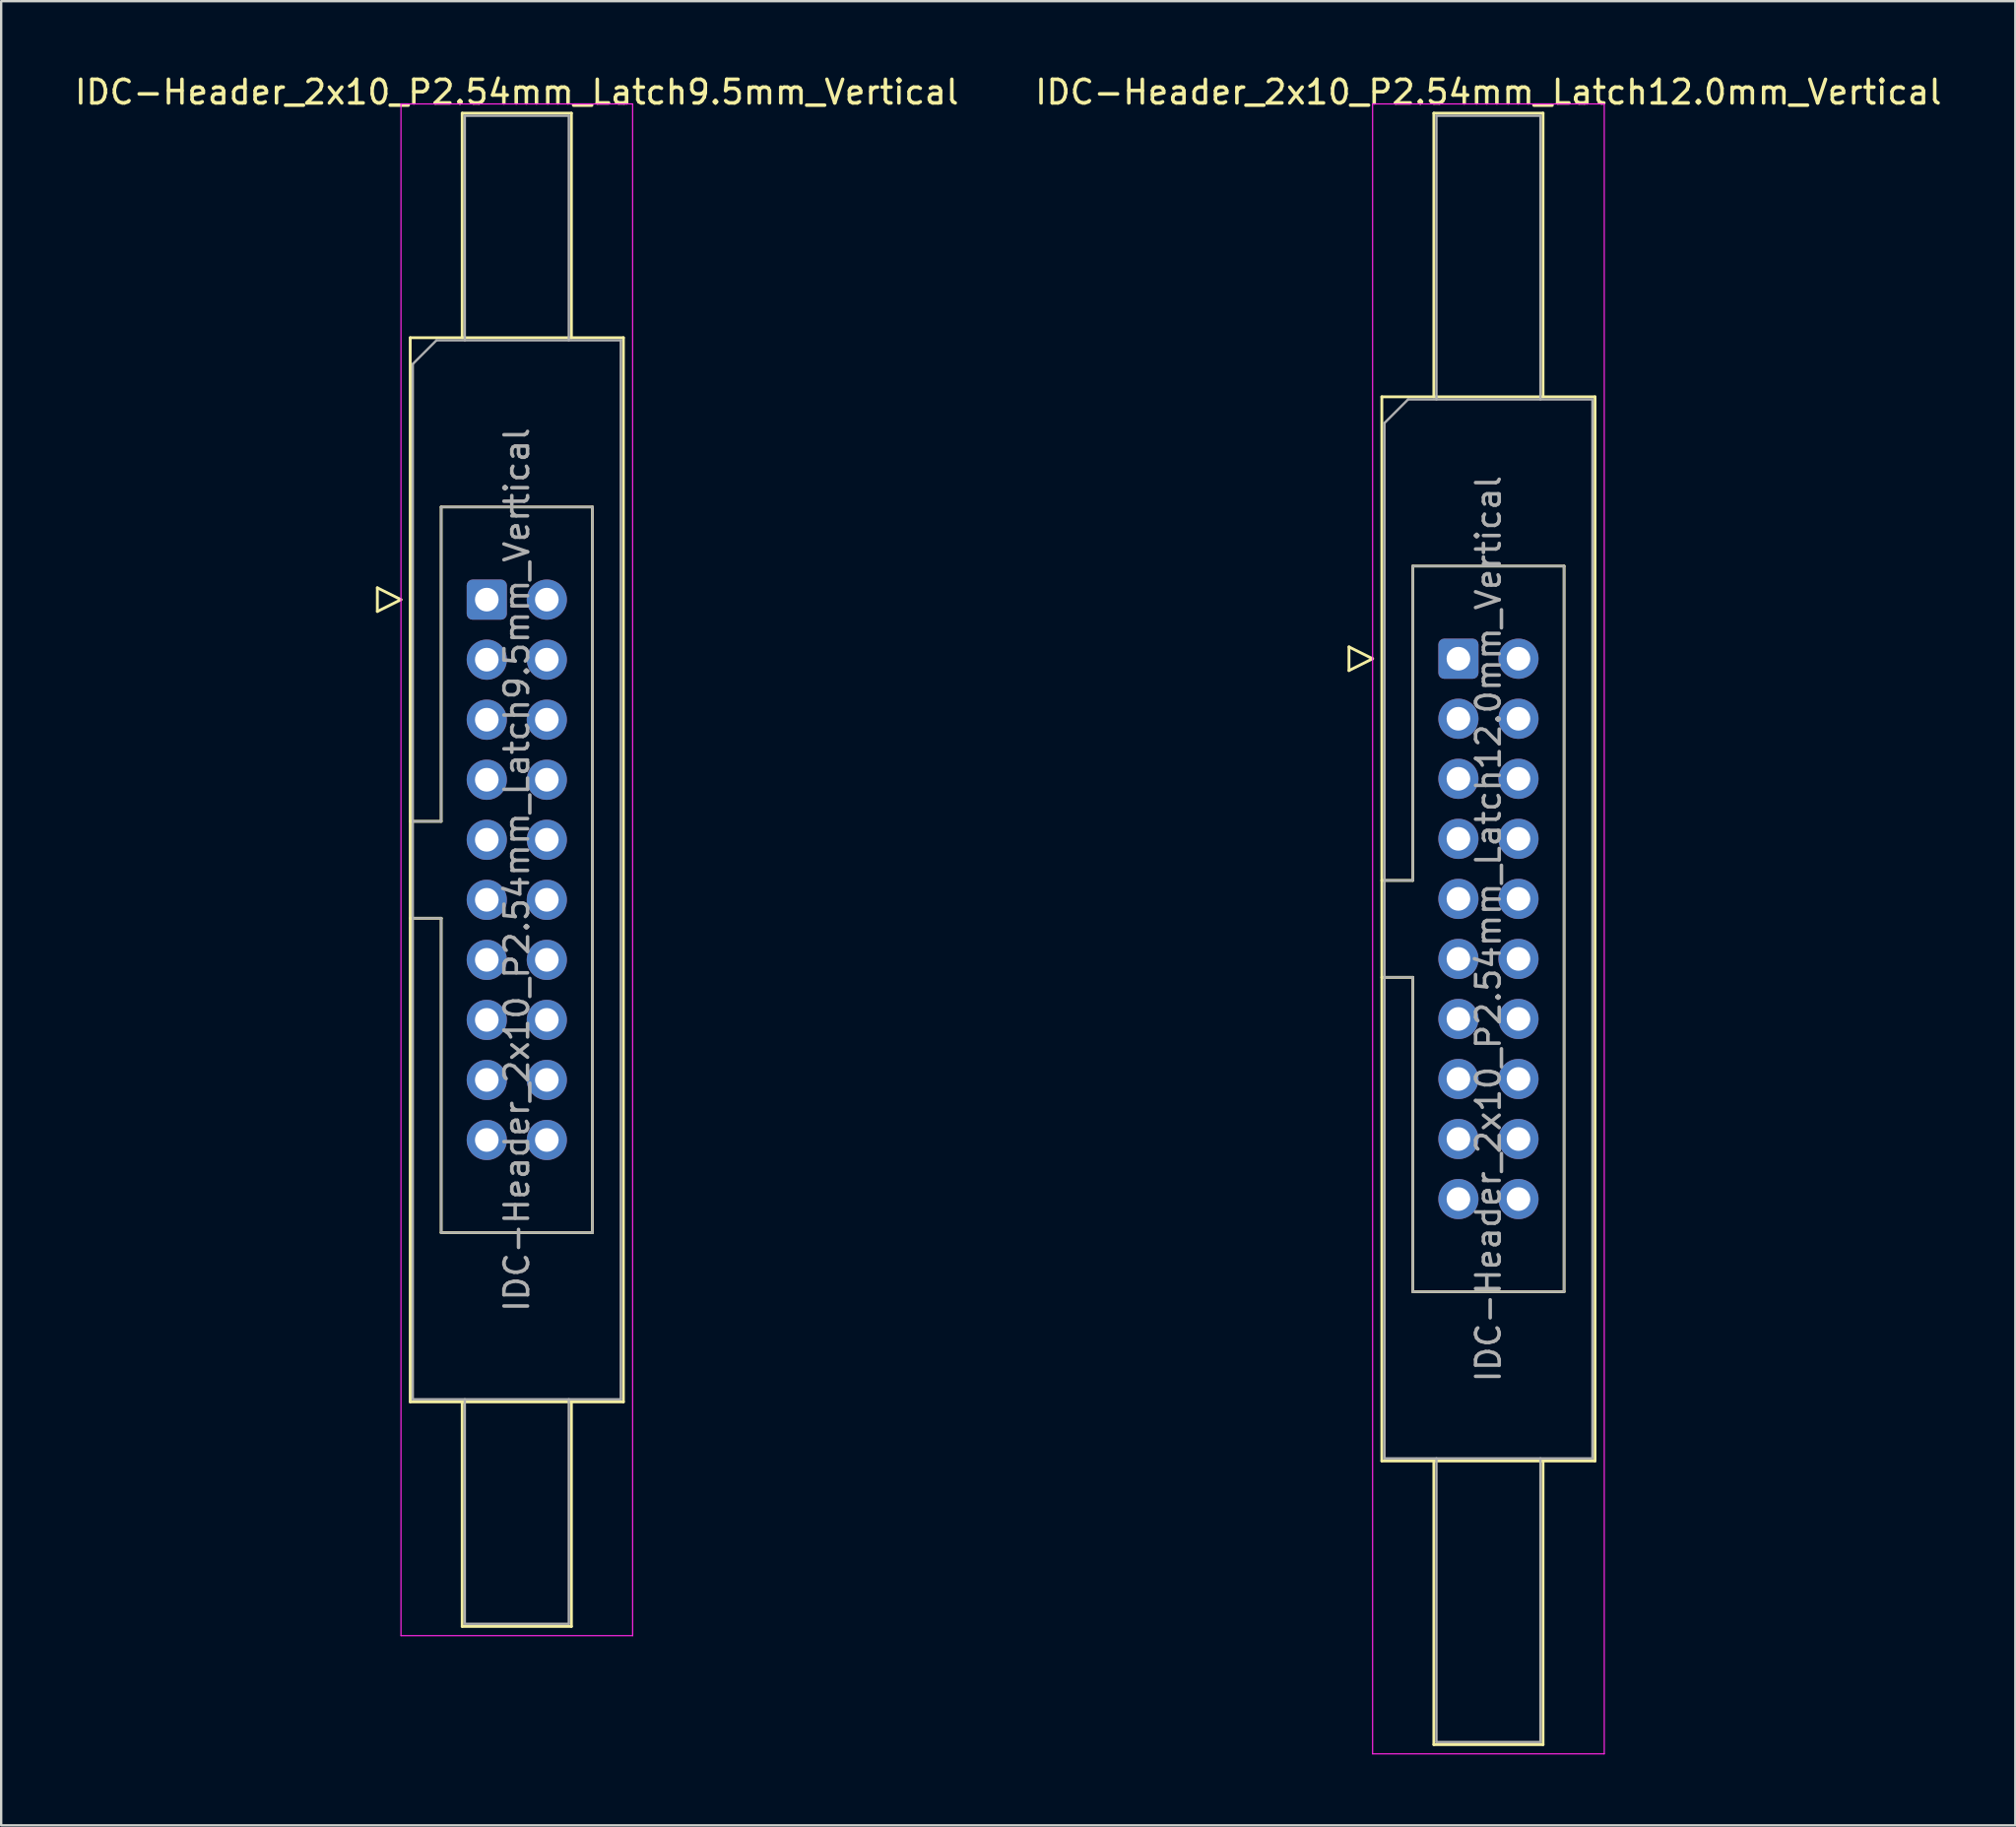
<source format=kicad_pcb>
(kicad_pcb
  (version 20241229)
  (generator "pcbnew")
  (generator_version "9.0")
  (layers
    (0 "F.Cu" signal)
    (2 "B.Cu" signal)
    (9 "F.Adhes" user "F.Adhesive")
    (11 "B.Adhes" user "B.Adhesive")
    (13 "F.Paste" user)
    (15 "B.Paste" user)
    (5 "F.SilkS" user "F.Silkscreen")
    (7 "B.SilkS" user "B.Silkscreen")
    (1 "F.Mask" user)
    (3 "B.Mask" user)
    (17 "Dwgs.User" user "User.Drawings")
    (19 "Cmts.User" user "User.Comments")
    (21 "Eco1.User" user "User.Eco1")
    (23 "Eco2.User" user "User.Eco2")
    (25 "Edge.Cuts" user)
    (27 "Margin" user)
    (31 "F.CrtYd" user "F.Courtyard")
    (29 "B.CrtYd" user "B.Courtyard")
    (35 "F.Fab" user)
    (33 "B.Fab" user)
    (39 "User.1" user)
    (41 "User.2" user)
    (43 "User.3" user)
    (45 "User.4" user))
  (footprint "IDC-Header_2x10_P2.54mm_Latch12.0mm_Vertical"
    (layer "F.Cu")
    (at 58.653 24.818)
    (property "Reference" "IDC-Header_2x10_P2.54mm_Latch12.0mm_Vertical" (at 1.27 -23.97 0) (layer "F.SilkS") (effects (font (size 1 1) (thickness 0.15))))
    (attr through_hole)
    (fp_line (start -4.63 -0.5) (end -4.63 0.5) (stroke (width 0.12) (type solid)) (layer "F.SilkS"))
    (fp_line (start -4.63 0.5) (end -3.63 0) (stroke (width 0.12) (type solid)) (layer "F.SilkS"))
    (fp_line (start -3.63 0) (end -4.63 -0.5) (stroke (width 0.12) (type solid)) (layer "F.SilkS"))
    (fp_line (start -3.24 -11.08) (end 5.78 -11.08) (stroke (width 0.12) (type solid)) (layer "F.SilkS"))
    (fp_line (start -3.24 9.38) (end -1.93 9.38) (stroke (width 0.12) (type solid)) (layer "F.SilkS"))
    (fp_line (start -3.24 33.94) (end -3.24 -11.08) (stroke (width 0.12) (type solid)) (layer "F.SilkS"))
    (fp_line (start -1.93 -3.92) (end 4.47 -3.92) (stroke (width 0.12) (type solid)) (layer "F.SilkS"))
    (fp_line (start -1.93 9.38) (end -1.93 -3.92) (stroke (width 0.12) (type solid)) (layer "F.SilkS"))
    (fp_line (start -1.93 13.48) (end -3.24 13.48) (stroke (width 0.12) (type solid)) (layer "F.SilkS"))
    (fp_line (start -1.93 13.48) (end -1.93 13.48) (stroke (width 0.12) (type solid)) (layer "F.SilkS"))
    (fp_line (start -1.93 26.78) (end -1.93 13.48) (stroke (width 0.12) (type solid)) (layer "F.SilkS"))
    (fp_line (start -1.04 -23.08) (end 3.58 -23.08) (stroke (width 0.12) (type solid)) (layer "F.SilkS"))
    (fp_line (start -1.04 -11.08) (end -1.04 -23.08) (stroke (width 0.12) (type solid)) (layer "F.SilkS"))
    (fp_line (start -1.04 33.94) (end -1.04 45.94) (stroke (width 0.12) (type solid)) (layer "F.SilkS"))
    (fp_line (start -1.04 45.94) (end 3.58 45.94) (stroke (width 0.12) (type solid)) (layer "F.SilkS"))
    (fp_line (start 3.58 -23.08) (end 3.58 -11.08) (stroke (width 0.12) (type solid)) (layer "F.SilkS"))
    (fp_line (start 3.58 45.94) (end 3.58 33.94) (stroke (width 0.12) (type solid)) (layer "F.SilkS"))
    (fp_line (start 4.47 -3.92) (end 4.47 26.78) (stroke (width 0.12) (type solid)) (layer "F.SilkS"))
    (fp_line (start 4.47 26.78) (end -1.93 26.78) (stroke (width 0.12) (type solid)) (layer "F.SilkS"))
    (fp_line (start 5.78 -11.08) (end 5.78 33.94) (stroke (width 0.12) (type solid)) (layer "F.SilkS"))
    (fp_line (start 5.78 33.94) (end -3.24 33.94) (stroke (width 0.12) (type solid)) (layer "F.SilkS"))
    (fp_line (start -3.63 -23.47) (end -3.63 46.33) (stroke (width 0.05) (type solid)) (layer "F.CrtYd"))
    (fp_line (start -3.63 46.33) (end 6.17 46.33) (stroke (width 0.05) (type solid)) (layer "F.CrtYd"))
    (fp_line (start 6.17 -23.47) (end -3.63 -23.47) (stroke (width 0.05) (type solid)) (layer "F.CrtYd"))
    (fp_line (start 6.17 46.33) (end 6.17 -23.47) (stroke (width 0.05) (type solid)) (layer "F.CrtYd"))
    (fp_line (start -3.13 -9.97) (end -2.13 -10.97) (stroke (width 0.1) (type solid)) (layer "F.Fab"))
    (fp_line (start -3.13 9.38) (end -1.93 9.38) (stroke (width 0.1) (type solid)) (layer "F.Fab"))
    (fp_line (start -3.13 33.83) (end -3.13 -9.97) (stroke (width 0.1) (type solid)) (layer "F.Fab"))
    (fp_line (start -2.13 -10.97) (end 5.67 -10.97) (stroke (width 0.1) (type solid)) (layer "F.Fab"))
    (fp_line (start -1.93 -3.92) (end 4.47 -3.92) (stroke (width 0.1) (type solid)) (layer "F.Fab"))
    (fp_line (start -1.93 9.38) (end -1.93 -3.92) (stroke (width 0.1) (type solid)) (layer "F.Fab"))
    (fp_line (start -1.93 13.48) (end -3.13 13.48) (stroke (width 0.1) (type solid)) (layer "F.Fab"))
    (fp_line (start -1.93 13.48) (end -1.93 13.48) (stroke (width 0.1) (type solid)) (layer "F.Fab"))
    (fp_line (start -1.93 26.78) (end -1.93 13.48) (stroke (width 0.1) (type solid)) (layer "F.Fab"))
    (fp_line (start -0.93 -22.97) (end 3.47 -22.97) (stroke (width 0.1) (type solid)) (layer "F.Fab"))
    (fp_line (start -0.93 -10.97) (end -0.93 -22.97) (stroke (width 0.1) (type solid)) (layer "F.Fab"))
    (fp_line (start -0.93 33.83) (end -0.93 45.83) (stroke (width 0.1) (type solid)) (layer "F.Fab"))
    (fp_line (start -0.93 45.83) (end 3.47 45.83) (stroke (width 0.1) (type solid)) (layer "F.Fab"))
    (fp_line (start 3.47 -22.97) (end 3.47 -10.97) (stroke (width 0.1) (type solid)) (layer "F.Fab"))
    (fp_line (start 3.47 45.83) (end 3.47 33.83) (stroke (width 0.1) (type solid)) (layer "F.Fab"))
    (fp_line (start 4.47 -3.92) (end 4.47 26.78) (stroke (width 0.1) (type solid)) (layer "F.Fab"))
    (fp_line (start 4.47 26.78) (end -1.93 26.78) (stroke (width 0.1) (type solid)) (layer "F.Fab"))
    (fp_line (start 5.67 -10.97) (end 5.67 33.83) (stroke (width 0.1) (type solid)) (layer "F.Fab"))
    (fp_line (start 5.67 33.83) (end -3.13 33.83) (stroke (width 0.1) (type solid)) (layer "F.Fab"))
    (fp_text user "${REFERENCE}" (at 1.27 11.43 90) (layer "F.Fab") (effects (font (size 1 1) (thickness 0.15))))
    (pad "1" thru_hole roundrect (at 0 0) (size 1.7 1.7) (drill 1) (layers "*.Cu" "*.Mask") (roundrect_rratio 0.147))
    (pad "2" thru_hole circle (at 2.54 0) (size 1.7 1.7) (drill 1) (layers "*.Cu" "*.Mask"))
    (pad "3" thru_hole circle (at 0 2.54) (size 1.7 1.7) (drill 1) (layers "*.Cu" "*.Mask"))
    (pad "4" thru_hole circle (at 2.54 2.54) (size 1.7 1.7) (drill 1) (layers "*.Cu" "*.Mask"))
    (pad "5" thru_hole circle (at 0 5.08) (size 1.7 1.7) (drill 1) (layers "*.Cu" "*.Mask"))
    (pad "6" thru_hole circle (at 2.54 5.08) (size 1.7 1.7) (drill 1) (layers "*.Cu" "*.Mask"))
    (pad "7" thru_hole circle (at 0 7.62) (size 1.7 1.7) (drill 1) (layers "*.Cu" "*.Mask"))
    (pad "8" thru_hole circle (at 2.54 7.62) (size 1.7 1.7) (drill 1) (layers "*.Cu" "*.Mask"))
    (pad "9" thru_hole circle (at 0 10.16) (size 1.7 1.7) (drill 1) (layers "*.Cu" "*.Mask"))
    (pad "10" thru_hole circle (at 2.54 10.16) (size 1.7 1.7) (drill 1) (layers "*.Cu" "*.Mask"))
    (pad "11" thru_hole circle (at 0 12.7) (size 1.7 1.7) (drill 1) (layers "*.Cu" "*.Mask"))
    (pad "12" thru_hole circle (at 2.54 12.7) (size 1.7 1.7) (drill 1) (layers "*.Cu" "*.Mask"))
    (pad "13" thru_hole circle (at 0 15.24) (size 1.7 1.7) (drill 1) (layers "*.Cu" "*.Mask"))
    (pad "14" thru_hole circle (at 2.54 15.24) (size 1.7 1.7) (drill 1) (layers "*.Cu" "*.Mask"))
    (pad "15" thru_hole circle (at 0 17.78) (size 1.7 1.7) (drill 1) (layers "*.Cu" "*.Mask"))
    (pad "16" thru_hole circle (at 2.54 17.78) (size 1.7 1.7) (drill 1) (layers "*.Cu" "*.Mask"))
    (pad "17" thru_hole circle (at 0 20.32) (size 1.7 1.7) (drill 1) (layers "*.Cu" "*.Mask"))
    (pad "18" thru_hole circle (at 2.54 20.32) (size 1.7 1.7) (drill 1) (layers "*.Cu" "*.Mask"))
    (pad "19" thru_hole circle (at 0 22.86) (size 1.7 1.7) (drill 1) (layers "*.Cu" "*.Mask"))
    (pad "20" thru_hole circle (at 2.54 22.86) (size 1.7 1.7) (drill 1) (layers "*.Cu" "*.Mask")))
  (footprint "IDC-Header_2x10_P2.54mm_Latch9.5mm_Vertical"
    (layer "F.Cu")
    (at 17.545 22.318)
    (property "Reference" "IDC-Header_2x10_P2.54mm_Latch9.5mm_Vertical" (at 1.27 -21.47 0) (layer "F.SilkS") (effects (font (size 1 1) (thickness 0.15))))
    (attr through_hole)
    (fp_line (start -4.63 -0.5) (end -4.63 0.5) (stroke (width 0.12) (type solid)) (layer "F.SilkS"))
    (fp_line (start -4.63 0.5) (end -3.63 0) (stroke (width 0.12) (type solid)) (layer "F.SilkS"))
    (fp_line (start -3.63 0) (end -4.63 -0.5) (stroke (width 0.12) (type solid)) (layer "F.SilkS"))
    (fp_line (start -3.24 -11.08) (end 5.78 -11.08) (stroke (width 0.12) (type solid)) (layer "F.SilkS"))
    (fp_line (start -3.24 9.38) (end -1.93 9.38) (stroke (width 0.12) (type solid)) (layer "F.SilkS"))
    (fp_line (start -3.24 33.94) (end -3.24 -11.08) (stroke (width 0.12) (type solid)) (layer "F.SilkS"))
    (fp_line (start -1.93 -3.92) (end 4.47 -3.92) (stroke (width 0.12) (type solid)) (layer "F.SilkS"))
    (fp_line (start -1.93 9.38) (end -1.93 -3.92) (stroke (width 0.12) (type solid)) (layer "F.SilkS"))
    (fp_line (start -1.93 13.48) (end -3.24 13.48) (stroke (width 0.12) (type solid)) (layer "F.SilkS"))
    (fp_line (start -1.93 13.48) (end -1.93 13.48) (stroke (width 0.12) (type solid)) (layer "F.SilkS"))
    (fp_line (start -1.93 26.78) (end -1.93 13.48) (stroke (width 0.12) (type solid)) (layer "F.SilkS"))
    (fp_line (start -1.04 -20.58) (end 3.58 -20.58) (stroke (width 0.12) (type solid)) (layer "F.SilkS"))
    (fp_line (start -1.04 -11.08) (end -1.04 -20.58) (stroke (width 0.12) (type solid)) (layer "F.SilkS"))
    (fp_line (start -1.04 33.94) (end -1.04 43.44) (stroke (width 0.12) (type solid)) (layer "F.SilkS"))
    (fp_line (start -1.04 43.44) (end 3.58 43.44) (stroke (width 0.12) (type solid)) (layer "F.SilkS"))
    (fp_line (start 3.58 -20.58) (end 3.58 -11.08) (stroke (width 0.12) (type solid)) (layer "F.SilkS"))
    (fp_line (start 3.58 43.44) (end 3.58 33.94) (stroke (width 0.12) (type solid)) (layer "F.SilkS"))
    (fp_line (start 4.47 -3.92) (end 4.47 26.78) (stroke (width 0.12) (type solid)) (layer "F.SilkS"))
    (fp_line (start 4.47 26.78) (end -1.93 26.78) (stroke (width 0.12) (type solid)) (layer "F.SilkS"))
    (fp_line (start 5.78 -11.08) (end 5.78 33.94) (stroke (width 0.12) (type solid)) (layer "F.SilkS"))
    (fp_line (start 5.78 33.94) (end -3.24 33.94) (stroke (width 0.12) (type solid)) (layer "F.SilkS"))
    (fp_line (start -3.63 -20.97) (end -3.63 43.83) (stroke (width 0.05) (type solid)) (layer "F.CrtYd"))
    (fp_line (start -3.63 43.83) (end 6.17 43.83) (stroke (width 0.05) (type solid)) (layer "F.CrtYd"))
    (fp_line (start 6.17 -20.97) (end -3.63 -20.97) (stroke (width 0.05) (type solid)) (layer "F.CrtYd"))
    (fp_line (start 6.17 43.83) (end 6.17 -20.97) (stroke (width 0.05) (type solid)) (layer "F.CrtYd"))
    (fp_line (start -3.13 -9.97) (end -2.13 -10.97) (stroke (width 0.1) (type solid)) (layer "F.Fab"))
    (fp_line (start -3.13 9.38) (end -1.93 9.38) (stroke (width 0.1) (type solid)) (layer "F.Fab"))
    (fp_line (start -3.13 33.83) (end -3.13 -9.97) (stroke (width 0.1) (type solid)) (layer "F.Fab"))
    (fp_line (start -2.13 -10.97) (end 5.67 -10.97) (stroke (width 0.1) (type solid)) (layer "F.Fab"))
    (fp_line (start -1.93 -3.92) (end 4.47 -3.92) (stroke (width 0.1) (type solid)) (layer "F.Fab"))
    (fp_line (start -1.93 9.38) (end -1.93 -3.92) (stroke (width 0.1) (type solid)) (layer "F.Fab"))
    (fp_line (start -1.93 13.48) (end -3.13 13.48) (stroke (width 0.1) (type solid)) (layer "F.Fab"))
    (fp_line (start -1.93 13.48) (end -1.93 13.48) (stroke (width 0.1) (type solid)) (layer "F.Fab"))
    (fp_line (start -1.93 26.78) (end -1.93 13.48) (stroke (width 0.1) (type solid)) (layer "F.Fab"))
    (fp_line (start -0.93 -20.47) (end 3.47 -20.47) (stroke (width 0.1) (type solid)) (layer "F.Fab"))
    (fp_line (start -0.93 -10.97) (end -0.93 -20.47) (stroke (width 0.1) (type solid)) (layer "F.Fab"))
    (fp_line (start -0.93 33.83) (end -0.93 43.33) (stroke (width 0.1) (type solid)) (layer "F.Fab"))
    (fp_line (start -0.93 43.33) (end 3.47 43.33) (stroke (width 0.1) (type solid)) (layer "F.Fab"))
    (fp_line (start 3.47 -20.47) (end 3.47 -10.97) (stroke (width 0.1) (type solid)) (layer "F.Fab"))
    (fp_line (start 3.47 43.33) (end 3.47 33.83) (stroke (width 0.1) (type solid)) (layer "F.Fab"))
    (fp_line (start 4.47 -3.92) (end 4.47 26.78) (stroke (width 0.1) (type solid)) (layer "F.Fab"))
    (fp_line (start 4.47 26.78) (end -1.93 26.78) (stroke (width 0.1) (type solid)) (layer "F.Fab"))
    (fp_line (start 5.67 -10.97) (end 5.67 33.83) (stroke (width 0.1) (type solid)) (layer "F.Fab"))
    (fp_line (start 5.67 33.83) (end -3.13 33.83) (stroke (width 0.1) (type solid)) (layer "F.Fab"))
    (fp_text user "${REFERENCE}" (at 1.27 11.43 90) (layer "F.Fab") (effects (font (size 1 1) (thickness 0.15))))
    (pad "1" thru_hole roundrect (at 0 0) (size 1.7 1.7) (drill 1) (layers "*.Cu" "*.Mask") (roundrect_rratio 0.147))
    (pad "2" thru_hole circle (at 2.54 0) (size 1.7 1.7) (drill 1) (layers "*.Cu" "*.Mask"))
    (pad "3" thru_hole circle (at 0 2.54) (size 1.7 1.7) (drill 1) (layers "*.Cu" "*.Mask"))
    (pad "4" thru_hole circle (at 2.54 2.54) (size 1.7 1.7) (drill 1) (layers "*.Cu" "*.Mask"))
    (pad "5" thru_hole circle (at 0 5.08) (size 1.7 1.7) (drill 1) (layers "*.Cu" "*.Mask"))
    (pad "6" thru_hole circle (at 2.54 5.08) (size 1.7 1.7) (drill 1) (layers "*.Cu" "*.Mask"))
    (pad "7" thru_hole circle (at 0 7.62) (size 1.7 1.7) (drill 1) (layers "*.Cu" "*.Mask"))
    (pad "8" thru_hole circle (at 2.54 7.62) (size 1.7 1.7) (drill 1) (layers "*.Cu" "*.Mask"))
    (pad "9" thru_hole circle (at 0 10.16) (size 1.7 1.7) (drill 1) (layers "*.Cu" "*.Mask"))
    (pad "10" thru_hole circle (at 2.54 10.16) (size 1.7 1.7) (drill 1) (layers "*.Cu" "*.Mask"))
    (pad "11" thru_hole circle (at 0 12.7) (size 1.7 1.7) (drill 1) (layers "*.Cu" "*.Mask"))
    (pad "12" thru_hole circle (at 2.54 12.7) (size 1.7 1.7) (drill 1) (layers "*.Cu" "*.Mask"))
    (pad "13" thru_hole circle (at 0 15.24) (size 1.7 1.7) (drill 1) (layers "*.Cu" "*.Mask"))
    (pad "14" thru_hole circle (at 2.54 15.24) (size 1.7 1.7) (drill 1) (layers "*.Cu" "*.Mask"))
    (pad "15" thru_hole circle (at 0 17.78) (size 1.7 1.7) (drill 1) (layers "*.Cu" "*.Mask"))
    (pad "16" thru_hole circle (at 2.54 17.78) (size 1.7 1.7) (drill 1) (layers "*.Cu" "*.Mask"))
    (pad "17" thru_hole circle (at 0 20.32) (size 1.7 1.7) (drill 1) (layers "*.Cu" "*.Mask"))
    (pad "18" thru_hole circle (at 2.54 20.32) (size 1.7 1.7) (drill 1) (layers "*.Cu" "*.Mask"))
    (pad "19" thru_hole circle (at 0 22.86) (size 1.7 1.7) (drill 1) (layers "*.Cu" "*.Mask"))
    (pad "20" thru_hole circle (at 2.54 22.86) (size 1.7 1.7) (drill 1) (layers "*.Cu" "*.Mask")))
  (gr_rect
    (start -3 -3)
    (end 82.214 74.173)
    (stroke (width 0.1) (type default))
    (fill no)
    (layer "Edge.Cuts")))
</source>
